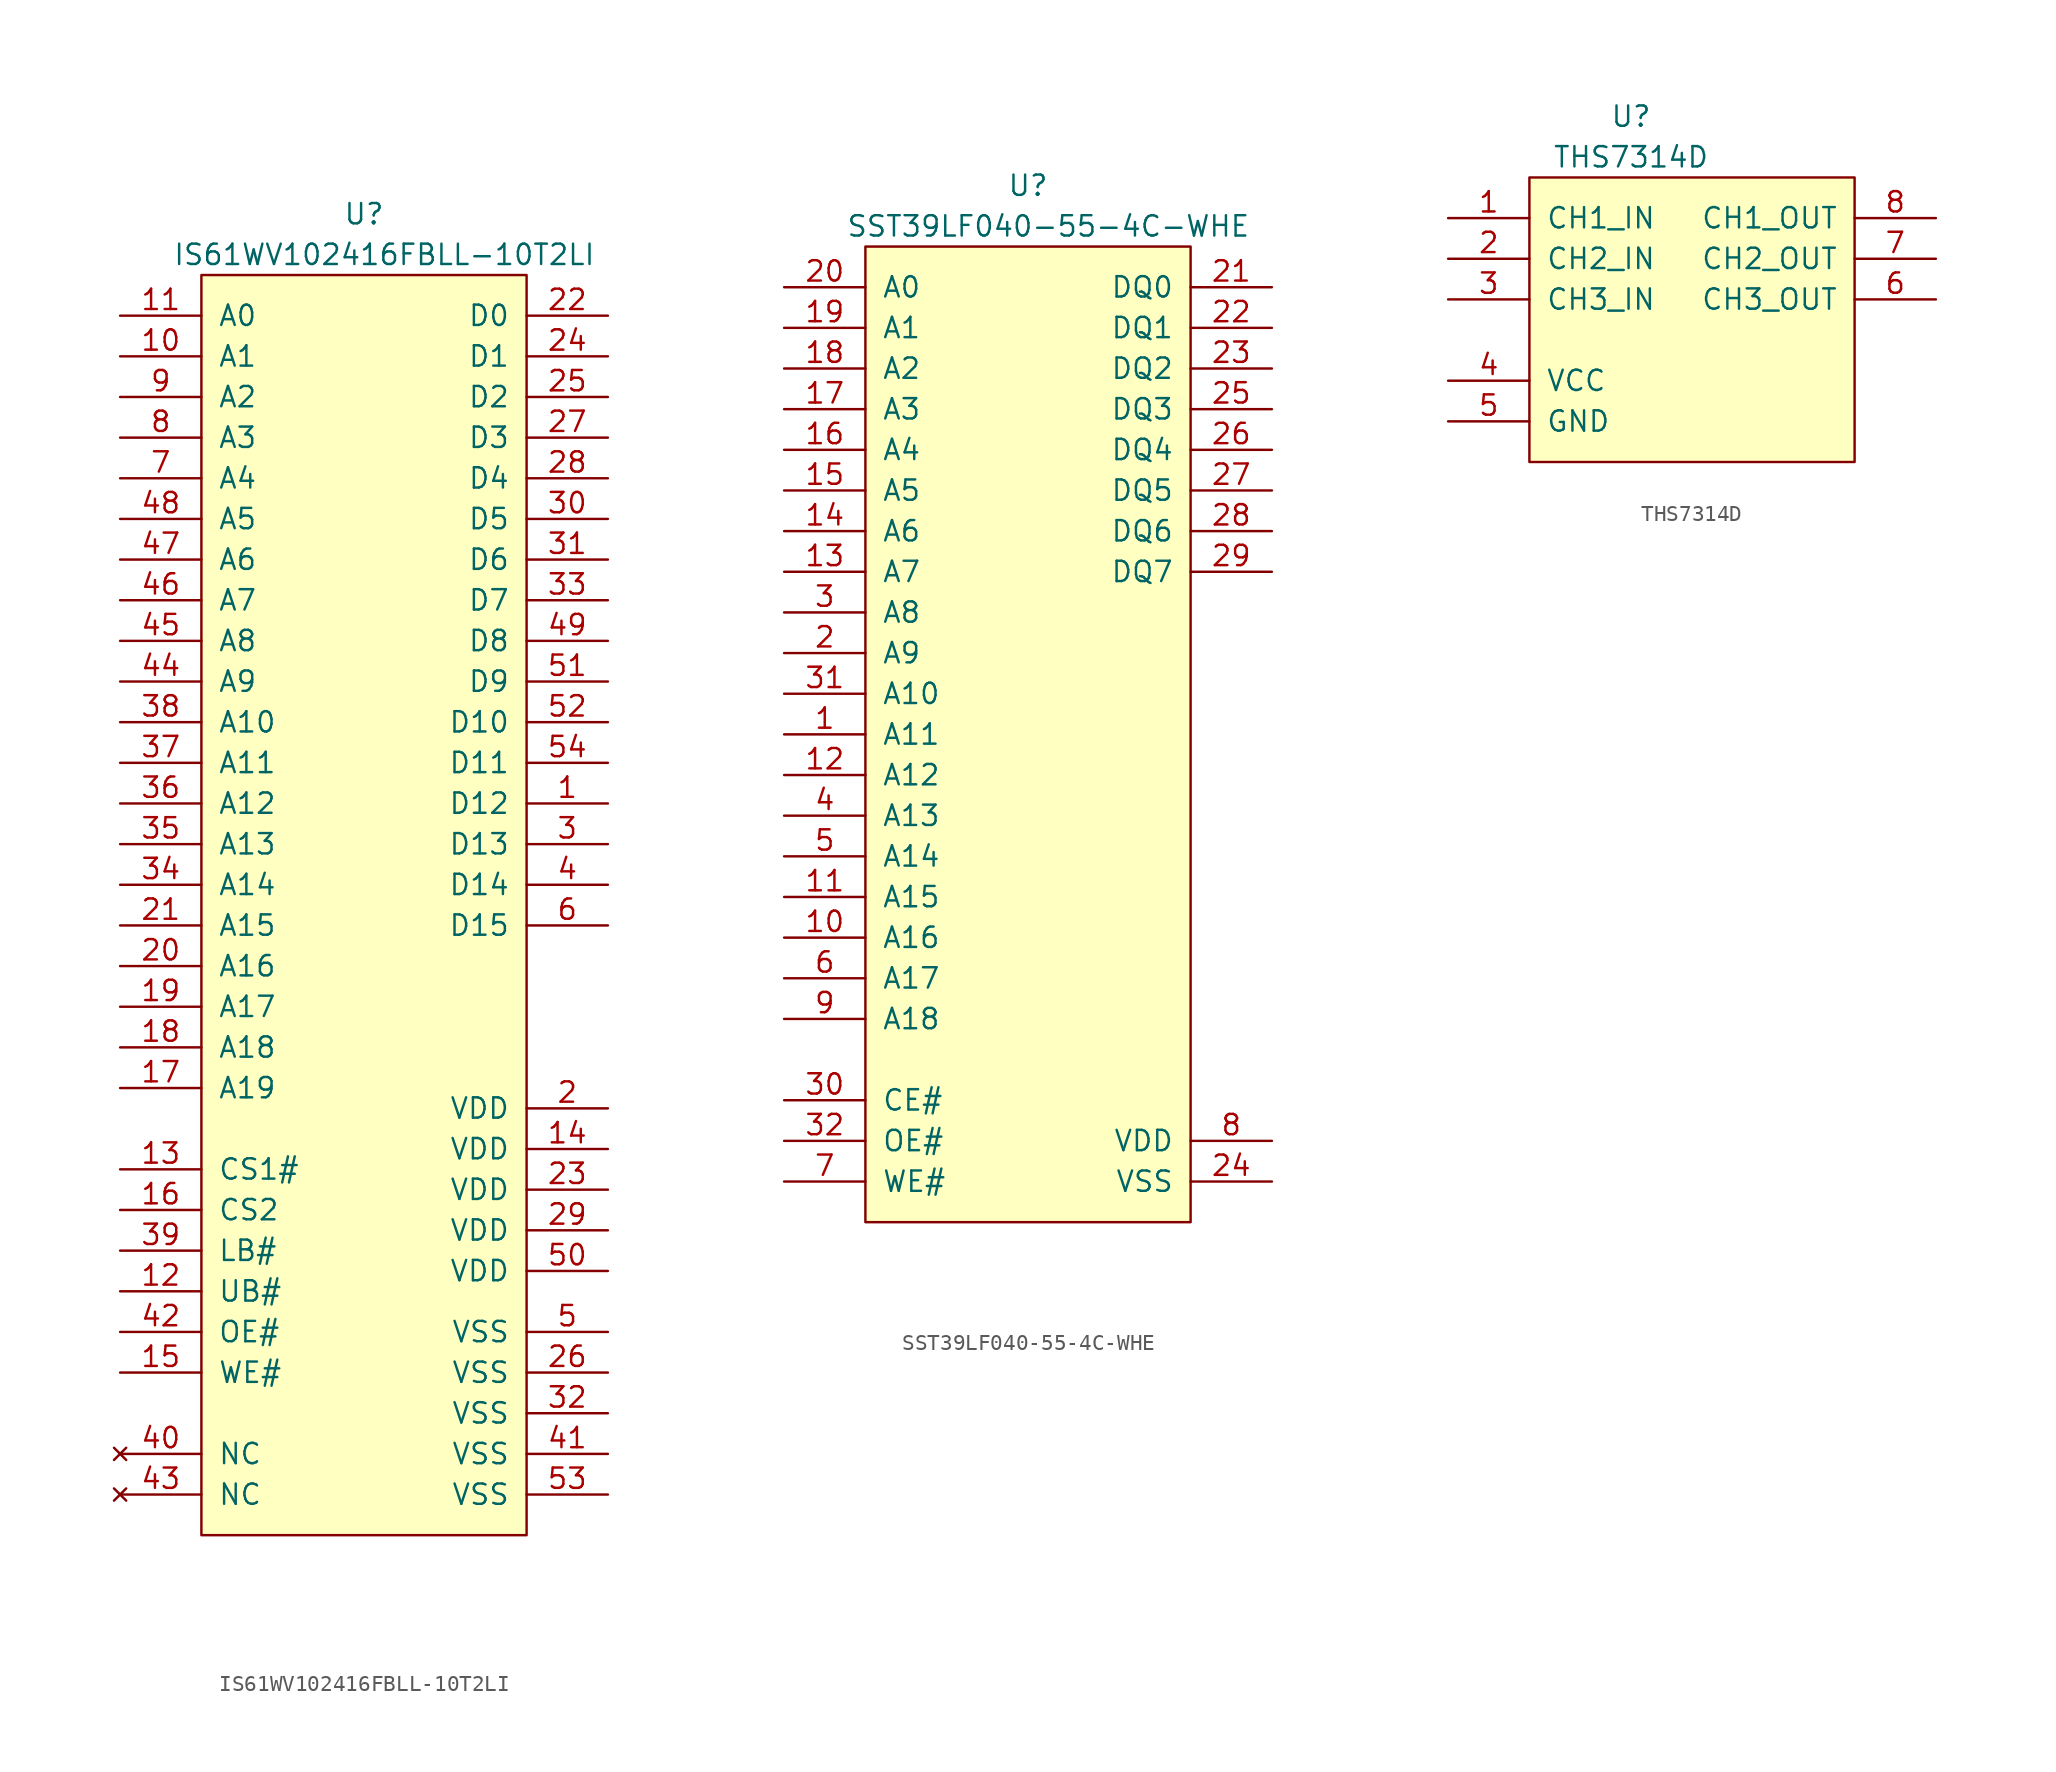
<source format=kicad_sym>
(kicad_symbol_lib
  (version 20241209)
  (generator "kicad_symbol_editor")
  (generator_version "9.0")
  (symbol "IS61WV102416FBLL-10T2LI"
    (pin_names
      (offset 1.016))
    (property "Reference" "U"
      (at 10.16 3.81 0)
      (effects (font (size 1.27 1.27))))
    (property "Value" "IS61WV102416FBLL-10T2LI"
      (at 11.43 1.27 0)
      (effects (font (size 1.27 1.27))))
    (symbol "IS61WV102416FBLL-10T2LI_0_1"
      (rectangle (start 0 0) (end 20.32 -78.74) (stroke (width 0) (type solid)) (fill (type background))))
    (symbol "IS61WV102416FBLL-10T2LI_1_1"
      (pin input line (at -5.08 -2.54 0) (length 5.08) (name "A0" (effects (font (size 1.27 1.27)))) (number "11" (effects (font (size 1.27 1.27)))))
      (pin input line (at -5.08 -5.08 0) (length 5.08) (name "A1" (effects (font (size 1.27 1.27)))) (number "10" (effects (font (size 1.27 1.27)))))
      (pin input line (at -5.08 -7.62 0) (length 5.08) (name "A2" (effects (font (size 1.27 1.27)))) (number "9" (effects (font (size 1.27 1.27)))))
      (pin input line (at -5.08 -10.16 0) (length 5.08) (name "A3" (effects (font (size 1.27 1.27)))) (number "8" (effects (font (size 1.27 1.27)))))
      (pin input line (at -5.08 -12.7 0) (length 5.08) (name "A4" (effects (font (size 1.27 1.27)))) (number "7" (effects (font (size 1.27 1.27)))))
      (pin input line (at -5.08 -15.24 0) (length 5.08) (name "A5" (effects (font (size 1.27 1.27)))) (number "48" (effects (font (size 1.27 1.27)))))
      (pin input line (at -5.08 -17.78 0) (length 5.08) (name "A6" (effects (font (size 1.27 1.27)))) (number "47" (effects (font (size 1.27 1.27)))))
      (pin input line (at -5.08 -20.32 0) (length 5.08) (name "A7" (effects (font (size 1.27 1.27)))) (number "46" (effects (font (size 1.27 1.27)))))
      (pin input line (at -5.08 -22.86 0) (length 5.08) (name "A8" (effects (font (size 1.27 1.27)))) (number "45" (effects (font (size 1.27 1.27)))))
      (pin input line (at -5.08 -25.4 0) (length 5.08) (name "A9" (effects (font (size 1.27 1.27)))) (number "44" (effects (font (size 1.27 1.27)))))
      (pin input line (at -5.08 -27.94 0) (length 5.08) (name "A10" (effects (font (size 1.27 1.27)))) (number "38" (effects (font (size 1.27 1.27)))))
      (pin input line (at -5.08 -30.48 0) (length 5.08) (name "A11" (effects (font (size 1.27 1.27)))) (number "37" (effects (font (size 1.27 1.27)))))
      (pin input line (at -5.08 -33.02 0) (length 5.08) (name "A12" (effects (font (size 1.27 1.27)))) (number "36" (effects (font (size 1.27 1.27)))))
      (pin input line (at -5.08 -35.56 0) (length 5.08) (name "A13" (effects (font (size 1.27 1.27)))) (number "35" (effects (font (size 1.27 1.27)))))
      (pin input line (at -5.08 -38.1 0) (length 5.08) (name "A14" (effects (font (size 1.27 1.27)))) (number "34" (effects (font (size 1.27 1.27)))))
      (pin input line (at -5.08 -40.64 0) (length 5.08) (name "A15" (effects (font (size 1.27 1.27)))) (number "21" (effects (font (size 1.27 1.27)))))
      (pin input line (at -5.08 -43.18 0) (length 5.08) (name "A16" (effects (font (size 1.27 1.27)))) (number "20" (effects (font (size 1.27 1.27)))))
      (pin input line (at -5.08 -45.72 0) (length 5.08) (name "A17" (effects (font (size 1.27 1.27)))) (number "19" (effects (font (size 1.27 1.27)))))
      (pin input line (at -5.08 -48.26 0) (length 5.08) (name "A18" (effects (font (size 1.27 1.27)))) (number "18" (effects (font (size 1.27 1.27)))))
      (pin input line (at -5.08 -50.8 0) (length 5.08) (name "A19" (effects (font (size 1.27 1.27)))) (number "17" (effects (font (size 1.27 1.27)))))
      (pin input line (at -5.08 -55.88 0) (length 5.08) (name "CS1#" (effects (font (size 1.27 1.27)))) (number "13" (effects (font (size 1.27 1.27)))))
      (pin input line (at -5.08 -58.42 0) (length 5.08) (name "CS2" (effects (font (size 1.27 1.27)))) (number "16" (effects (font (size 1.27 1.27)))))
      (pin input line (at -5.08 -60.96 0) (length 5.08) (name "LB#" (effects (font (size 1.27 1.27)))) (number "39" (effects (font (size 1.27 1.27)))))
      (pin input line (at -5.08 -63.5 0) (length 5.08) (name "UB#" (effects (font (size 1.27 1.27)))) (number "12" (effects (font (size 1.27 1.27)))))
      (pin input line (at -5.08 -66.04 0) (length 5.08) (name "OE#" (effects (font (size 1.27 1.27)))) (number "42" (effects (font (size 1.27 1.27)))))
      (pin input line (at -5.08 -68.58 0) (length 5.08) (name "WE#" (effects (font (size 1.27 1.27)))) (number "15" (effects (font (size 1.27 1.27)))))
      (pin no_connect line (at -5.08 -73.66 0) (length 5.08) (name "NC" (effects (font (size 1.27 1.27)))) (number "40" (effects (font (size 1.27 1.27)))))
      (pin no_connect line (at -5.08 -76.2 0) (length 5.08) (name "NC" (effects (font (size 1.27 1.27)))) (number "43" (effects (font (size 1.27 1.27)))))
      (pin bidirectional line (at 25.4 -2.54 180) (length 5.08) (name "D0" (effects (font (size 1.27 1.27)))) (number "22" (effects (font (size 1.27 1.27)))))
      (pin bidirectional line (at 25.4 -5.08 180) (length 5.08) (name "D1" (effects (font (size 1.27 1.27)))) (number "24" (effects (font (size 1.27 1.27)))))
      (pin bidirectional line (at 25.4 -7.62 180) (length 5.08) (name "D2" (effects (font (size 1.27 1.27)))) (number "25" (effects (font (size 1.27 1.27)))))
      (pin bidirectional line (at 25.4 -10.16 180) (length 5.08) (name "D3" (effects (font (size 1.27 1.27)))) (number "27" (effects (font (size 1.27 1.27)))))
      (pin bidirectional line (at 25.4 -12.7 180) (length 5.08) (name "D4" (effects (font (size 1.27 1.27)))) (number "28" (effects (font (size 1.27 1.27)))))
      (pin bidirectional line (at 25.4 -15.24 180) (length 5.08) (name "D5" (effects (font (size 1.27 1.27)))) (number "30" (effects (font (size 1.27 1.27)))))
      (pin bidirectional line (at 25.4 -17.78 180) (length 5.08) (name "D6" (effects (font (size 1.27 1.27)))) (number "31" (effects (font (size 1.27 1.27)))))
      (pin bidirectional line (at 25.4 -20.32 180) (length 5.08) (name "D7" (effects (font (size 1.27 1.27)))) (number "33" (effects (font (size 1.27 1.27)))))
      (pin bidirectional line (at 25.4 -22.86 180) (length 5.08) (name "D8" (effects (font (size 1.27 1.27)))) (number "49" (effects (font (size 1.27 1.27)))))
      (pin bidirectional line (at 25.4 -25.4 180) (length 5.08) (name "D9" (effects (font (size 1.27 1.27)))) (number "51" (effects (font (size 1.27 1.27)))))
      (pin bidirectional line (at 25.4 -27.94 180) (length 5.08) (name "D10" (effects (font (size 1.27 1.27)))) (number "52" (effects (font (size 1.27 1.27)))))
      (pin bidirectional line (at 25.4 -30.48 180) (length 5.08) (name "D11" (effects (font (size 1.27 1.27)))) (number "54" (effects (font (size 1.27 1.27)))))
      (pin bidirectional line (at 25.4 -33.02 180) (length 5.08) (name "D12" (effects (font (size 1.27 1.27)))) (number "1" (effects (font (size 1.27 1.27)))))
      (pin bidirectional line (at 25.4 -35.56 180) (length 5.08) (name "D13" (effects (font (size 1.27 1.27)))) (number "3" (effects (font (size 1.27 1.27)))))
      (pin bidirectional line (at 25.4 -38.1 180) (length 5.08) (name "D14" (effects (font (size 1.27 1.27)))) (number "4" (effects (font (size 1.27 1.27)))))
      (pin bidirectional line (at 25.4 -40.64 180) (length 5.08) (name "D15" (effects (font (size 1.27 1.27)))) (number "6" (effects (font (size 1.27 1.27)))))
      (pin power_in line (at 25.4 -52.07 180) (length 5.08) (name "VDD" (effects (font (size 1.27 1.27)))) (number "2" (effects (font (size 1.27 1.27)))))
      (pin power_in line (at 25.4 -54.61 180) (length 5.08) (name "VDD" (effects (font (size 1.27 1.27)))) (number "14" (effects (font (size 1.27 1.27)))))
      (pin power_in line (at 25.4 -57.15 180) (length 5.08) (name "VDD" (effects (font (size 1.27 1.27)))) (number "23" (effects (font (size 1.27 1.27)))))
      (pin power_in line (at 25.4 -59.69 180) (length 5.08) (name "VDD" (effects (font (size 1.27 1.27)))) (number "29" (effects (font (size 1.27 1.27)))))
      (pin power_in line (at 25.4 -62.23 180) (length 5.08) (name "VDD" (effects (font (size 1.27 1.27)))) (number "50" (effects (font (size 1.27 1.27)))))
      (pin power_in line (at 25.4 -66.04 180) (length 5.08) (name "VSS" (effects (font (size 1.27 1.27)))) (number "5" (effects (font (size 1.27 1.27)))))
      (pin power_in line (at 25.4 -68.58 180) (length 5.08) (name "VSS" (effects (font (size 1.27 1.27)))) (number "26" (effects (font (size 1.27 1.27)))))
      (pin power_in line (at 25.4 -71.12 180) (length 5.08) (name "VSS" (effects (font (size 1.27 1.27)))) (number "32" (effects (font (size 1.27 1.27)))))
      (pin power_in line (at 25.4 -73.66 180) (length 5.08) (name "VSS" (effects (font (size 1.27 1.27)))) (number "41" (effects (font (size 1.27 1.27)))))
      (pin power_in line (at 25.4 -76.2 180) (length 5.08) (name "VSS" (effects (font (size 1.27 1.27)))) (number "53" (effects (font (size 1.27 1.27)))))))
  (symbol "SST39LF040-55-4C-WHE"
    (pin_names
      (offset 1.016))
    (property "Reference" "U"
      (at 10.16 3.81 0)
      (effects (font (size 1.27 1.27))))
    (property "Value" "SST39LF040-55-4C-WHE"
      (at 11.43 1.27 0)
      (effects (font (size 1.27 1.27))))
    (symbol "SST39LF040-55-4C-WHE_0_1"
      (rectangle (start 0 0) (end 20.32 -60.96) (stroke (width 0) (type solid)) (fill (type background))))
    (symbol "SST39LF040-55-4C-WHE_1_1"
      (pin input line (at -5.08 -2.54 0) (length 5.08) (name "A0" (effects (font (size 1.27 1.27)))) (number "20" (effects (font (size 1.27 1.27)))))
      (pin input line (at -5.08 -5.08 0) (length 5.08) (name "A1" (effects (font (size 1.27 1.27)))) (number "19" (effects (font (size 1.27 1.27)))))
      (pin input line (at -5.08 -7.62 0) (length 5.08) (name "A2" (effects (font (size 1.27 1.27)))) (number "18" (effects (font (size 1.27 1.27)))))
      (pin input line (at -5.08 -10.16 0) (length 5.08) (name "A3" (effects (font (size 1.27 1.27)))) (number "17" (effects (font (size 1.27 1.27)))))
      (pin input line (at -5.08 -12.7 0) (length 5.08) (name "A4" (effects (font (size 1.27 1.27)))) (number "16" (effects (font (size 1.27 1.27)))))
      (pin input line (at -5.08 -15.24 0) (length 5.08) (name "A5" (effects (font (size 1.27 1.27)))) (number "15" (effects (font (size 1.27 1.27)))))
      (pin input line (at -5.08 -17.78 0) (length 5.08) (name "A6" (effects (font (size 1.27 1.27)))) (number "14" (effects (font (size 1.27 1.27)))))
      (pin input line (at -5.08 -20.32 0) (length 5.08) (name "A7" (effects (font (size 1.27 1.27)))) (number "13" (effects (font (size 1.27 1.27)))))
      (pin input line (at -5.08 -22.86 0) (length 5.08) (name "A8" (effects (font (size 1.27 1.27)))) (number "3" (effects (font (size 1.27 1.27)))))
      (pin input line (at -5.08 -25.4 0) (length 5.08) (name "A9" (effects (font (size 1.27 1.27)))) (number "2" (effects (font (size 1.27 1.27)))))
      (pin input line (at -5.08 -27.94 0) (length 5.08) (name "A10" (effects (font (size 1.27 1.27)))) (number "31" (effects (font (size 1.27 1.27)))))
      (pin input line (at -5.08 -30.48 0) (length 5.08) (name "A11" (effects (font (size 1.27 1.27)))) (number "1" (effects (font (size 1.27 1.27)))))
      (pin input line (at -5.08 -33.02 0) (length 5.08) (name "A12" (effects (font (size 1.27 1.27)))) (number "12" (effects (font (size 1.27 1.27)))))
      (pin input line (at -5.08 -35.56 0) (length 5.08) (name "A13" (effects (font (size 1.27 1.27)))) (number "4" (effects (font (size 1.27 1.27)))))
      (pin input line (at -5.08 -38.1 0) (length 5.08) (name "A14" (effects (font (size 1.27 1.27)))) (number "5" (effects (font (size 1.27 1.27)))))
      (pin input line (at -5.08 -40.64 0) (length 5.08) (name "A15" (effects (font (size 1.27 1.27)))) (number "11" (effects (font (size 1.27 1.27)))))
      (pin input line (at -5.08 -43.18 0) (length 5.08) (name "A16" (effects (font (size 1.27 1.27)))) (number "10" (effects (font (size 1.27 1.27)))))
      (pin input line (at -5.08 -45.72 0) (length 5.08) (name "A17" (effects (font (size 1.27 1.27)))) (number "6" (effects (font (size 1.27 1.27)))))
      (pin input line (at -5.08 -48.26 0) (length 5.08) (name "A18" (effects (font (size 1.27 1.27)))) (number "9" (effects (font (size 1.27 1.27)))))
      (pin input line (at -5.08 -53.34 0) (length 5.08) (name "CE#" (effects (font (size 1.27 1.27)))) (number "30" (effects (font (size 1.27 1.27)))))
      (pin input line (at -5.08 -55.88 0) (length 5.08) (name "OE#" (effects (font (size 1.27 1.27)))) (number "32" (effects (font (size 1.27 1.27)))))
      (pin input line (at -5.08 -58.42 0) (length 5.08) (name "WE#" (effects (font (size 1.27 1.27)))) (number "7" (effects (font (size 1.27 1.27)))))
      (pin bidirectional line (at 25.4 -2.54 180) (length 5.08) (name "DQ0" (effects (font (size 1.27 1.27)))) (number "21" (effects (font (size 1.27 1.27)))))
      (pin bidirectional line (at 25.4 -5.08 180) (length 5.08) (name "DQ1" (effects (font (size 1.27 1.27)))) (number "22" (effects (font (size 1.27 1.27)))))
      (pin bidirectional line (at 25.4 -7.62 180) (length 5.08) (name "DQ2" (effects (font (size 1.27 1.27)))) (number "23" (effects (font (size 1.27 1.27)))))
      (pin bidirectional line (at 25.4 -10.16 180) (length 5.08) (name "DQ3" (effects (font (size 1.27 1.27)))) (number "25" (effects (font (size 1.27 1.27)))))
      (pin bidirectional line (at 25.4 -12.7 180) (length 5.08) (name "DQ4" (effects (font (size 1.27 1.27)))) (number "26" (effects (font (size 1.27 1.27)))))
      (pin bidirectional line (at 25.4 -15.24 180) (length 5.08) (name "DQ5" (effects (font (size 1.27 1.27)))) (number "27" (effects (font (size 1.27 1.27)))))
      (pin bidirectional line (at 25.4 -17.78 180) (length 5.08) (name "DQ6" (effects (font (size 1.27 1.27)))) (number "28" (effects (font (size 1.27 1.27)))))
      (pin bidirectional line (at 25.4 -20.32 180) (length 5.08) (name "DQ7" (effects (font (size 1.27 1.27)))) (number "29" (effects (font (size 1.27 1.27)))))
      (pin power_in line (at 25.4 -55.88 180) (length 5.08) (name "VDD" (effects (font (size 1.27 1.27)))) (number "8" (effects (font (size 1.27 1.27)))))
      (pin power_in line (at 25.4 -58.42 180) (length 5.08) (name "VSS" (effects (font (size 1.27 1.27)))) (number "24" (effects (font (size 1.27 1.27)))))))
  (symbol "THS7314D"
    (pin_names
      (offset 1.016))
    (property "Reference" "U"
      (at 6.35 3.81 0)
      (effects (font (size 1.27 1.27))))
    (property "Value" "THS7314D"
      (at 6.35 1.27 0)
      (effects (font (size 1.27 1.27))))
    (symbol "THS7314D_0_1"
      (rectangle (start 0 0) (end 20.32 -17.78) (stroke (width 0) (type solid)) (fill (type background))))
    (symbol "THS7314D_1_1"
      (pin input line (at -5.08 -2.54 0) (length 5.08) (name "CH1_IN" (effects (font (size 1.27 1.27)))) (number "1" (effects (font (size 1.27 1.27)))))
      (pin input line (at -5.08 -5.08 0) (length 5.08) (name "CH2_IN" (effects (font (size 1.27 1.27)))) (number "2" (effects (font (size 1.27 1.27)))))
      (pin input line (at -5.08 -7.62 0) (length 5.08) (name "CH3_IN" (effects (font (size 1.27 1.27)))) (number "3" (effects (font (size 1.27 1.27)))))
      (pin power_in line (at -5.08 -12.7 0) (length 5.08) (name "VCC" (effects (font (size 1.27 1.27)))) (number "4" (effects (font (size 1.27 1.27)))))
      (pin power_in line (at -5.08 -15.24 0) (length 5.08) (name "GND" (effects (font (size 1.27 1.27)))) (number "5" (effects (font (size 1.27 1.27)))))
      (pin output line (at 25.4 -2.54 180) (length 5.08) (name "CH1_OUT" (effects (font (size 1.27 1.27)))) (number "8" (effects (font (size 1.27 1.27)))))
      (pin output line (at 25.4 -5.08 180) (length 5.08) (name "CH2_OUT" (effects (font (size 1.27 1.27)))) (number "7" (effects (font (size 1.27 1.27)))))
      (pin output line (at 25.4 -7.62 180) (length 5.08) (name "CH3_OUT" (effects (font (size 1.27 1.27)))) (number "6" (effects (font (size 1.27 1.27))))))))
</source>
